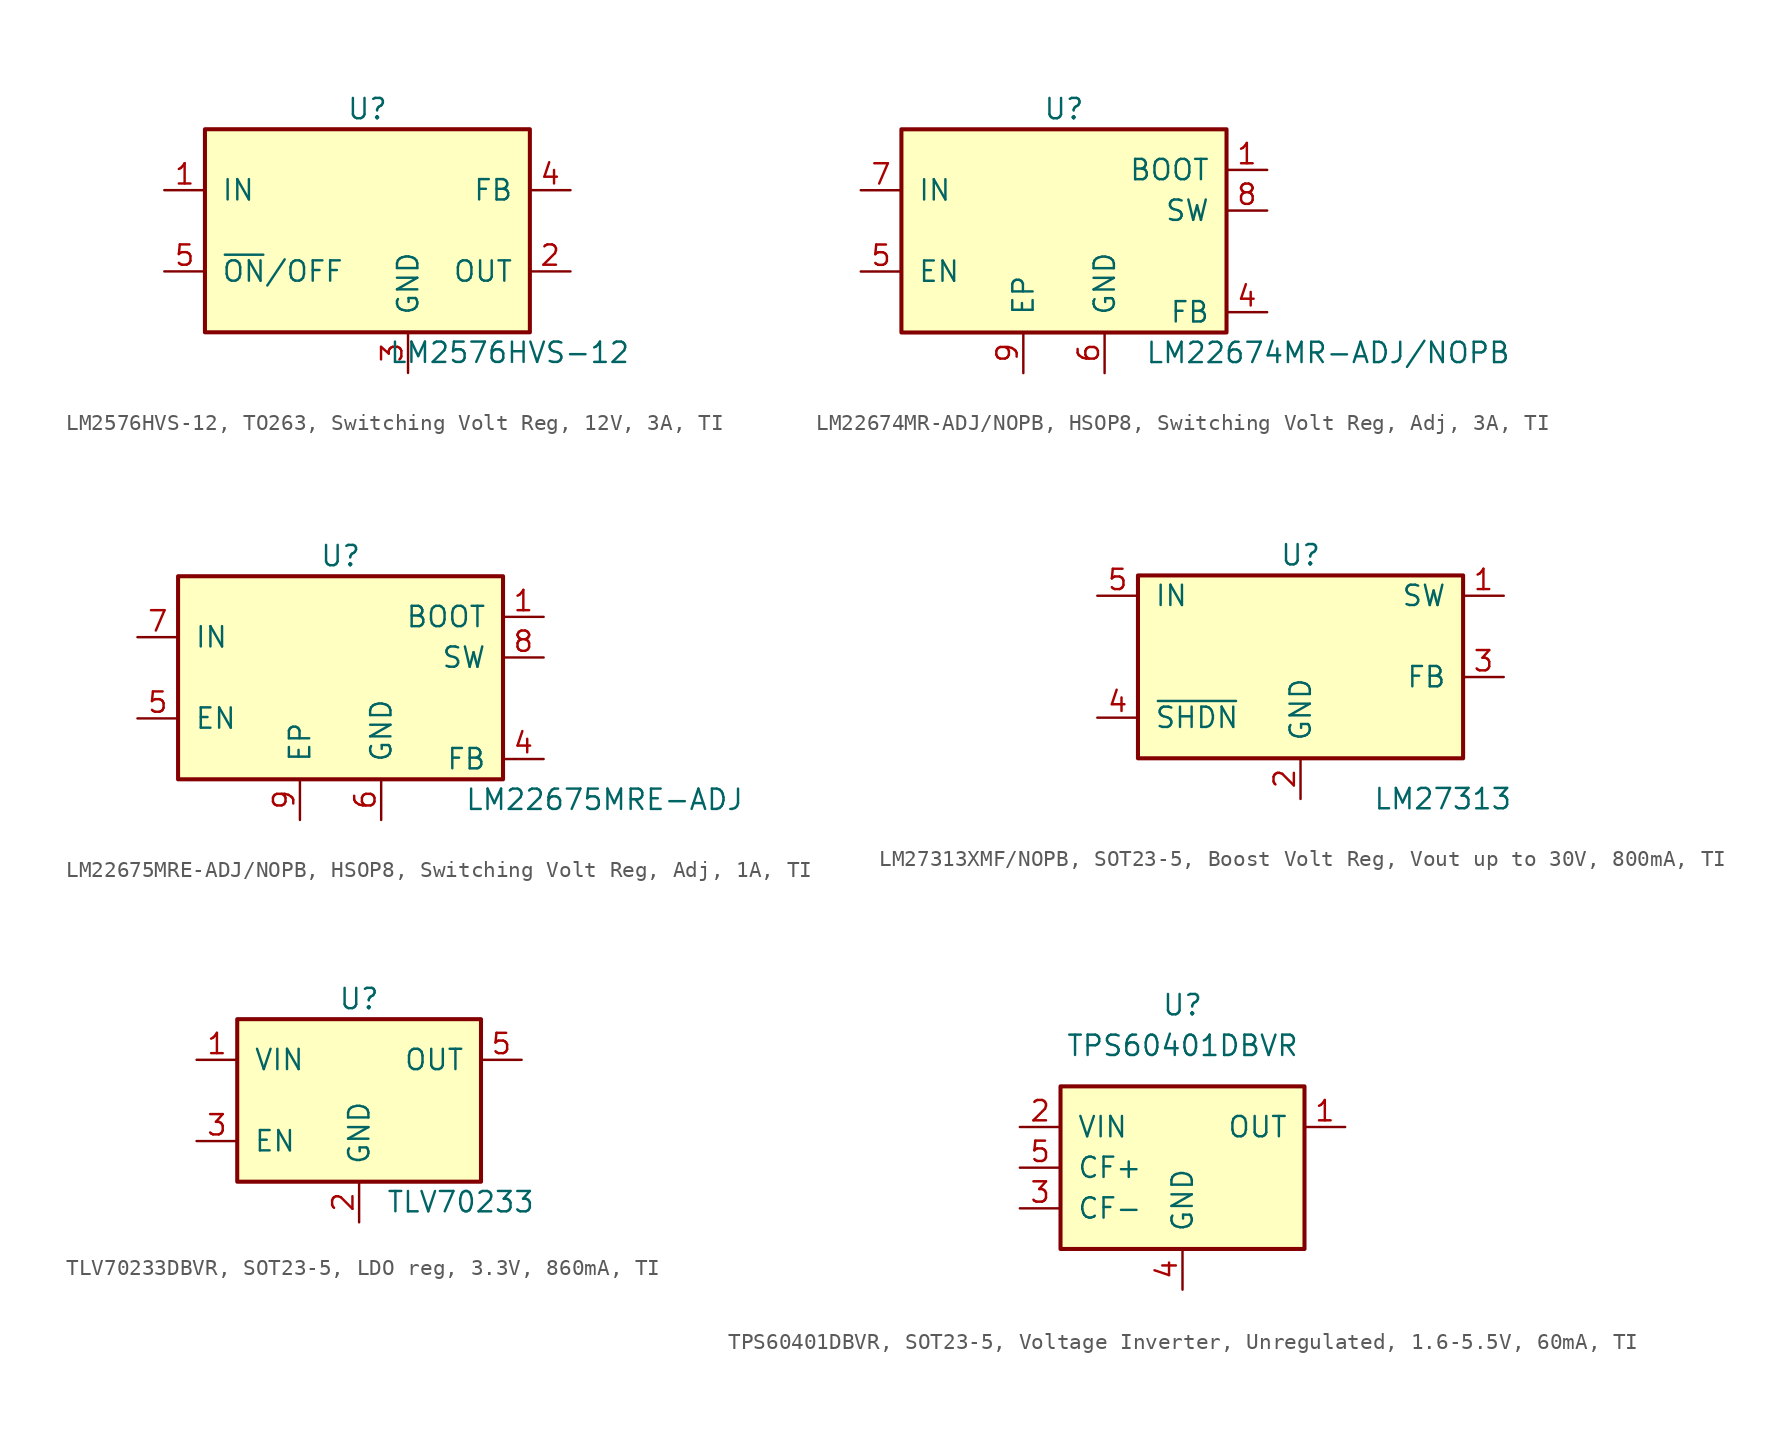
<source format=kicad_sym>
(kicad_symbol_lib
  (version 20241209)
  (generator "kicad_symbol_editor")
  (generator_version "9.0")
  (symbol "LM2576HVS-12, TO263, Switching Volt Reg, 12V, 3A, TI"
    (pin_names
      (offset 1.016))
    (property "Reference" "U"
      (at 0 7.62 0)
      (effects (font (size 1.27 1.27))))
    (property "Value" "LM2576HVS-12"
      (at 8.89 -7.62 0)
      (effects (font (size 1.27 1.27))))
    (symbol "LM2576HVS-12, TO263, Switching Volt Reg, 12V, 3A, TI_0_1"
      (rectangle (start -10.16 6.35) (end 10.16 -6.35) (stroke (width 0.254) (type default)) (fill (type background))))
    (symbol "LM2576HVS-12, TO263, Switching Volt Reg, 12V, 3A, TI_1_1"
      (pin power_in line (at -12.7 2.54 0) (length 2.54) (name "IN" (effects (font (size 1.27 1.27)))) (number "1" (effects (font (size 1.27 1.27)))))
      (pin input line (at -12.7 -2.54 0) (length 2.54) (name "~{ON}/OFF" (effects (font (size 1.27 1.27)))) (number "5" (effects (font (size 1.27 1.27)))))
      (pin passive line (at 2.54 -8.89 90) (length 2.54) (name "GND" (effects (font (size 1.27 1.27)))) (number "3" (effects (font (size 1.27 1.27)))))
      (pin passive line (at 12.7 2.54 180) (length 2.54) (name "FB" (effects (font (size 1.27 1.27)))) (number "4" (effects (font (size 1.27 1.27)))))
      (pin power_out line (at 12.7 -2.54 180) (length 2.54) (name "OUT" (effects (font (size 1.27 1.27)))) (number "2" (effects (font (size 1.27 1.27)))))))
  (symbol "LM22674MR-ADJ/NOPB, HSOP8, Switching Volt Reg, Adj, 3A, TI"
    (pin_names
      (offset 1.016))
    (property "Reference" "U"
      (at 0 7.62 0)
      (effects (font (size 1.27 1.27))))
    (property "Value" "LM22674MR-ADJ/NOPB"
      (at 16.51 -7.62 0)
      (effects (font (size 1.27 1.27))))
    (symbol "LM22674MR-ADJ/NOPB, HSOP8, Switching Volt Reg, Adj, 3A, TI_0_1"
      (rectangle (start -10.16 6.35) (end 10.16 -6.35) (stroke (width 0.254) (type default)) (fill (type background))))
    (symbol "LM22674MR-ADJ/NOPB, HSOP8, Switching Volt Reg, Adj, 3A, TI_1_0"
      (pin no_connect line (at -7.62 -8.89 90) (length 2.54) (hide yes) (name "N.C" (effects (font (size 1.27 1.27)))) (number "3" (effects (font (size 1.27 1.27)))))
      (pin no_connect line (at -5.08 -8.89 90) (length 2.54) (hide yes) (name "N.C" (effects (font (size 1.27 1.27)))) (number "2" (effects (font (size 1.27 1.27))))))
    (symbol "LM22674MR-ADJ/NOPB, HSOP8, Switching Volt Reg, Adj, 3A, TI_1_1"
      (pin power_in line (at -12.7 2.54 0) (length 2.54) (name "IN" (effects (font (size 1.27 1.27)))) (number "7" (effects (font (size 1.27 1.27)))))
      (pin input line (at -12.7 -2.54 0) (length 2.54) (name "EN" (effects (font (size 1.27 1.27)))) (number "5" (effects (font (size 1.27 1.27)))))
      (pin passive line (at -2.54 -8.89 90) (length 2.54) (name "EP" (effects (font (size 1.27 1.27)))) (number "9" (effects (font (size 1.27 1.27)))))
      (pin passive line (at 2.54 -8.89 90) (length 2.54) (name "GND" (effects (font (size 1.27 1.27)))) (number "6" (effects (font (size 1.27 1.27)))))
      (pin passive line (at 12.7 3.81 180) (length 2.54) (name "BOOT" (effects (font (size 1.27 1.27)))) (number "1" (effects (font (size 1.27 1.27)))))
      (pin power_out line (at 12.7 1.27 180) (length 2.54) (name "SW" (effects (font (size 1.27 1.27)))) (number "8" (effects (font (size 1.27 1.27)))))
      (pin passive line (at 12.7 -5.08 180) (length 2.54) (name "FB" (effects (font (size 1.27 1.27)))) (number "4" (effects (font (size 1.27 1.27)))))))
  (symbol "LM22675MRE-ADJ/NOPB, HSOP8, Switching Volt Reg, Adj, 1A, TI"
    (pin_names
      (offset 1.016))
    (property "Reference" "U"
      (at 0 7.62 0)
      (effects (font (size 1.27 1.27))))
    (property "Value" "LM22675MRE-ADJ"
      (at 16.51 -7.62 0)
      (effects (font (size 1.27 1.27))))
    (symbol "LM22675MRE-ADJ/NOPB, HSOP8, Switching Volt Reg, Adj, 1A, TI_0_1"
      (rectangle (start -10.16 6.35) (end 10.16 -6.35) (stroke (width 0.254) (type default)) (fill (type background))))
    (symbol "LM22675MRE-ADJ/NOPB, HSOP8, Switching Volt Reg, Adj, 1A, TI_1_0"
      (pin no_connect line (at -7.62 -8.89 90) (length 2.54) (hide yes) (name "N.C" (effects (font (size 1.27 1.27)))) (number "3" (effects (font (size 1.27 1.27)))))
      (pin no_connect line (at -5.08 -8.89 90) (length 2.54) (hide yes) (name "N.C" (effects (font (size 1.27 1.27)))) (number "2" (effects (font (size 1.27 1.27))))))
    (symbol "LM22675MRE-ADJ/NOPB, HSOP8, Switching Volt Reg, Adj, 1A, TI_1_1"
      (pin power_in line (at -12.7 2.54 0) (length 2.54) (name "IN" (effects (font (size 1.27 1.27)))) (number "7" (effects (font (size 1.27 1.27)))))
      (pin input line (at -12.7 -2.54 0) (length 2.54) (name "EN" (effects (font (size 1.27 1.27)))) (number "5" (effects (font (size 1.27 1.27)))))
      (pin passive line (at -2.54 -8.89 90) (length 2.54) (name "EP" (effects (font (size 1.27 1.27)))) (number "9" (effects (font (size 1.27 1.27)))))
      (pin passive line (at 2.54 -8.89 90) (length 2.54) (name "GND" (effects (font (size 1.27 1.27)))) (number "6" (effects (font (size 1.27 1.27)))))
      (pin passive line (at 12.7 3.81 180) (length 2.54) (name "BOOT" (effects (font (size 1.27 1.27)))) (number "1" (effects (font (size 1.27 1.27)))))
      (pin power_out line (at 12.7 1.27 180) (length 2.54) (name "SW" (effects (font (size 1.27 1.27)))) (number "8" (effects (font (size 1.27 1.27)))))
      (pin passive line (at 12.7 -5.08 180) (length 2.54) (name "FB" (effects (font (size 1.27 1.27)))) (number "4" (effects (font (size 1.27 1.27)))))))
  (symbol "LM27313XMF/NOPB, SOT23-5, Boost Volt Reg, Vout up to 30V, 800mA, TI"
    (pin_names
      (offset 1.016))
    (property "Reference" "U"
      (at 0 7.62 0)
      (effects (font (size 1.27 1.27))))
    (property "Value" "LM27313"
      (at 8.89 -7.62 0)
      (effects (font (size 1.27 1.27))))
    (symbol "LM27313XMF/NOPB, SOT23-5, Boost Volt Reg, Vout up to 30V, 800mA, TI_0_1"
      (rectangle (start -10.16 6.35) (end 10.16 -5.08) (stroke (width 0.254) (type default)) (fill (type background))))
    (symbol "LM27313XMF/NOPB, SOT23-5, Boost Volt Reg, Vout up to 30V, 800mA, TI_1_1"
      (pin power_in line (at -12.7 5.08 0) (length 2.54) (name "IN" (effects (font (size 1.27 1.27)))) (number "5" (effects (font (size 1.27 1.27)))))
      (pin input line (at -12.7 -2.54 0) (length 2.54) (name "~{SHDN}" (effects (font (size 1.27 1.27)))) (number "4" (effects (font (size 1.27 1.27)))))
      (pin passive line (at 0 -7.62 90) (length 2.54) (name "GND" (effects (font (size 1.27 1.27)))) (number "2" (effects (font (size 1.27 1.27)))))
      (pin power_out line (at 12.7 5.08 180) (length 2.54) (name "SW" (effects (font (size 1.27 1.27)))) (number "1" (effects (font (size 1.27 1.27)))))
      (pin passive line (at 12.7 0 180) (length 2.54) (name "FB" (effects (font (size 1.27 1.27)))) (number "3" (effects (font (size 1.27 1.27)))))))
  (symbol "TLV70233DBVR, SOT23-5, LDO reg, 3.3V, 860mA, TI"
    (pin_names
      (offset 1.016))
    (property "Reference" "U"
      (at 0 6.35 0)
      (effects (font (size 1.27 1.27))))
    (property "Value" "TLV70233"
      (at 6.35 -6.35 0)
      (effects (font (size 1.27 1.27))))
    (symbol "TLV70233DBVR, SOT23-5, LDO reg, 3.3V, 860mA, TI_0_1"
      (rectangle (start -7.62 5.08) (end 7.62 -5.08) (stroke (width 0.254) (type default)) (fill (type background))))
    (symbol "TLV70233DBVR, SOT23-5, LDO reg, 3.3V, 860mA, TI_1_1"
      (pin power_in line (at -10.16 2.54 0) (length 2.54) (name "VIN" (effects (font (size 1.27 1.27)))) (number "1" (effects (font (size 1.27 1.27)))))
      (pin input line (at -10.16 -2.54 0) (length 2.54) (name "EN" (effects (font (size 1.27 1.27)))) (number "3" (effects (font (size 1.27 1.27)))))
      (pin passive line (at 0 -7.62 90) (length 2.54) (name "GND" (effects (font (size 1.27 1.27)))) (number "2" (effects (font (size 1.27 1.27)))))
      (pin power_out line (at 10.16 2.54 180) (length 2.54) (name "OUT" (effects (font (size 1.27 1.27)))) (number "5" (effects (font (size 1.27 1.27)))))))
  (symbol "TPS60401DBVR, SOT23-5, Voltage Inverter, Unregulated, 1.6-5.5V, 60mA, TI"
    (pin_names
      (offset 1.016))
    (property "Reference" "U"
      (at 0 10.16 0)
      (effects (font (size 1.27 1.27))))
    (property "Value" "TPS60401DBVR"
      (at 0 7.62 0)
      (effects (font (size 1.27 1.27))))
    (symbol "TPS60401DBVR, SOT23-5, Voltage Inverter, Unregulated, 1.6-5.5V, 60mA, TI_0_1"
      (rectangle (start -7.62 5.08) (end 7.62 -5.08) (stroke (width 0.254) (type default)) (fill (type background))))
    (symbol "TPS60401DBVR, SOT23-5, Voltage Inverter, Unregulated, 1.6-5.5V, 60mA, TI_1_1"
      (pin power_in line (at -10.16 2.54 0) (length 2.54) (name "VIN" (effects (font (size 1.27 1.27)))) (number "2" (effects (font (size 1.27 1.27)))))
      (pin passive line (at -10.16 0 0) (length 2.54) (name "CF+" (effects (font (size 1.27 1.27)))) (number "5" (effects (font (size 1.27 1.27)))))
      (pin passive line (at -10.16 -2.54 0) (length 2.54) (name "CF-" (effects (font (size 1.27 1.27)))) (number "3" (effects (font (size 1.27 1.27)))))
      (pin passive line (at 0 -7.62 90) (length 2.54) (name "GND" (effects (font (size 1.27 1.27)))) (number "4" (effects (font (size 1.27 1.27)))))
      (pin power_out line (at 10.16 2.54 180) (length 2.54) (name "OUT" (effects (font (size 1.27 1.27)))) (number "1" (effects (font (size 1.27 1.27))))))))
</source>
